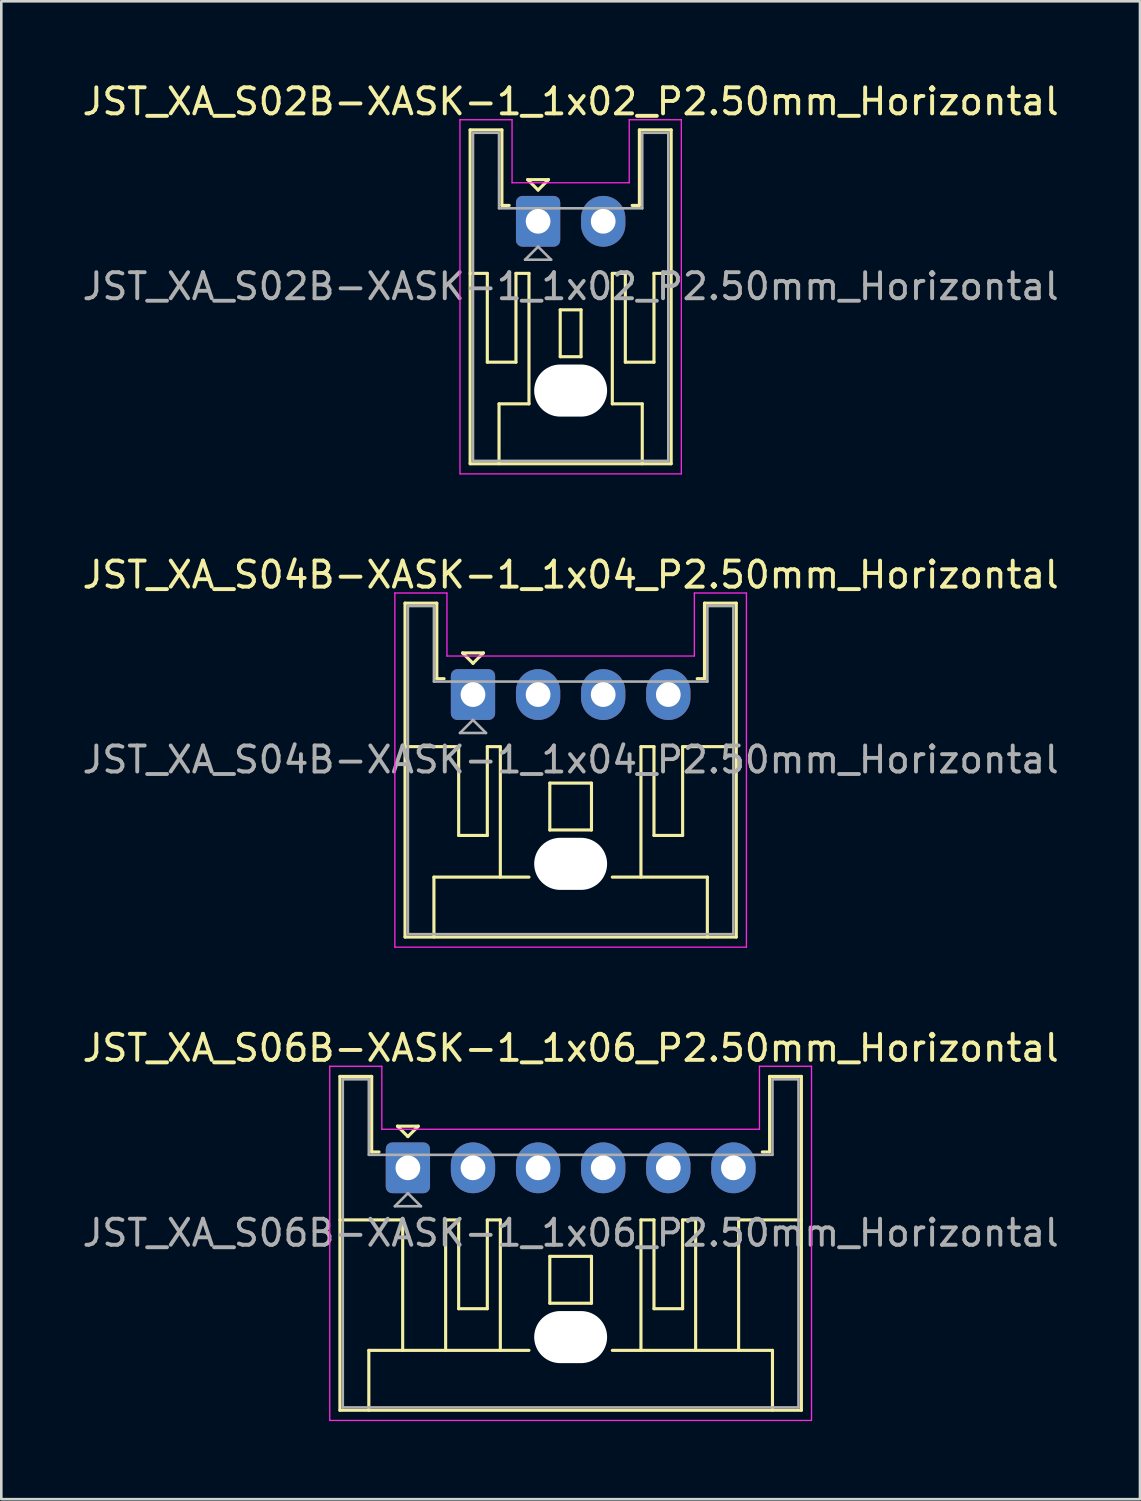
<source format=kicad_pcb>
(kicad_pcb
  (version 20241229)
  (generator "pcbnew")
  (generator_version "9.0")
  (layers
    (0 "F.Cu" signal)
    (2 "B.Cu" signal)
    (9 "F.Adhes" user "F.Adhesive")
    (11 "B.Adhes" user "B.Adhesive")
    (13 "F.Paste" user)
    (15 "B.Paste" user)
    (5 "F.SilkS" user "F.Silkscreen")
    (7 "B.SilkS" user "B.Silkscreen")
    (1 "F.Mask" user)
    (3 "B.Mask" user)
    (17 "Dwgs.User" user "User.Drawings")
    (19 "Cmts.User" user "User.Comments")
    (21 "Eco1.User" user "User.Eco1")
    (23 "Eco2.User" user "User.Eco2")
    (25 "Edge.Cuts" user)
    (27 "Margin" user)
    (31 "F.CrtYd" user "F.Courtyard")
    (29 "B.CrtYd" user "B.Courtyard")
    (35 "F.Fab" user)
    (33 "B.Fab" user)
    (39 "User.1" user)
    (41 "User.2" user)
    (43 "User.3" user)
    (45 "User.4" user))
  (footprint "JST_XA_S04B-XASK-1_1x04_P2.50mm_Horizontal"
    (layer "F.Cu")
    (at 15.113 23.622)
    (property "Reference" "JST_XA_S04B-XASK-1_1x04_P2.50mm_Horizontal" (at 3.75 -4.6 0) (layer "F.SilkS") (effects (font (size 1 1) (thickness 0.15))))
    (attr through_hole)
    (fp_line (start -2.61 -3.51) (end -2.61 9.31) (stroke (width 0.12) (type solid)) (layer "F.SilkS"))
    (fp_line (start -2.61 9.31) (end 10.11 9.31) (stroke (width 0.12) (type solid)) (layer "F.SilkS"))
    (fp_line (start -1.5 7.01) (end 2.15 7.01) (stroke (width 0.12) (type solid)) (layer "F.SilkS"))
    (fp_line (start -1.5 9.31) (end -1.5 7.01) (stroke (width 0.12) (type solid)) (layer "F.SilkS"))
    (fp_line (start -1.39 -3.51) (end -2.61 -3.51) (stroke (width 0.12) (type solid)) (layer "F.SilkS"))
    (fp_line (start -1.39 -0.61) (end -1.39 -3.51) (stroke (width 0.12) (type solid)) (layer "F.SilkS"))
    (fp_line (start -1.11 -0.61) (end -1.39 -0.61) (stroke (width 0.12) (type solid)) (layer "F.SilkS"))
    (fp_line (start -0.55 2) (end -2.61 2) (stroke (width 0.12) (type solid)) (layer "F.SilkS"))
    (fp_line (start -0.55 5.41) (end -0.55 2) (stroke (width 0.12) (type solid)) (layer "F.SilkS"))
    (fp_line (start -0.4 -1.6) (end 0.4 -1.6) (stroke (width 0.12) (type solid)) (layer "F.SilkS"))
    (fp_line (start 0 -1.2) (end -0.4 -1.6) (stroke (width 0.12) (type solid)) (layer "F.SilkS"))
    (fp_line (start 0.4 -1.6) (end 0 -1.2) (stroke (width 0.12) (type solid)) (layer "F.SilkS"))
    (fp_line (start 0.55 2) (end 0.55 5.41) (stroke (width 0.12) (type solid)) (layer "F.SilkS"))
    (fp_line (start 0.55 5.41) (end -0.55 5.41) (stroke (width 0.12) (type solid)) (layer "F.SilkS"))
    (fp_line (start 1.05 2) (end 0.55 2) (stroke (width 0.12) (type solid)) (layer "F.SilkS"))
    (fp_line (start 1.05 7.01) (end 1.05 2) (stroke (width 0.12) (type solid)) (layer "F.SilkS"))
    (fp_line (start 2.95 3.4) (end 4.55 3.4) (stroke (width 0.12) (type solid)) (layer "F.SilkS"))
    (fp_line (start 2.95 5.2) (end 2.95 3.4) (stroke (width 0.12) (type solid)) (layer "F.SilkS"))
    (fp_line (start 4.55 3.4) (end 4.55 5.2) (stroke (width 0.12) (type solid)) (layer "F.SilkS"))
    (fp_line (start 4.55 5.2) (end 2.95 5.2) (stroke (width 0.12) (type solid)) (layer "F.SilkS"))
    (fp_line (start 5.35 7.01) (end 9 7.01) (stroke (width 0.12) (type solid)) (layer "F.SilkS"))
    (fp_line (start 6.45 2) (end 6.95 2) (stroke (width 0.12) (type solid)) (layer "F.SilkS"))
    (fp_line (start 6.45 7.01) (end 6.45 2) (stroke (width 0.12) (type solid)) (layer "F.SilkS"))
    (fp_line (start 6.95 2) (end 6.95 5.41) (stroke (width 0.12) (type solid)) (layer "F.SilkS"))
    (fp_line (start 6.95 5.41) (end 8.05 5.41) (stroke (width 0.12) (type solid)) (layer "F.SilkS"))
    (fp_line (start 8.05 2) (end 10.11 2) (stroke (width 0.12) (type solid)) (layer "F.SilkS"))
    (fp_line (start 8.05 5.41) (end 8.05 2) (stroke (width 0.12) (type solid)) (layer "F.SilkS"))
    (fp_line (start 8.89 -3.51) (end 8.89 -0.61) (stroke (width 0.12) (type solid)) (layer "F.SilkS"))
    (fp_line (start 8.89 -0.61) (end 8.61 -0.61) (stroke (width 0.12) (type solid)) (layer "F.SilkS"))
    (fp_line (start 9 7.01) (end 9 9.31) (stroke (width 0.12) (type solid)) (layer "F.SilkS"))
    (fp_line (start 10.11 -3.51) (end 8.89 -3.51) (stroke (width 0.12) (type solid)) (layer "F.SilkS"))
    (fp_line (start 10.11 9.31) (end 10.11 -3.51) (stroke (width 0.12) (type solid)) (layer "F.SilkS"))
    (fp_line (start -3 -3.9) (end -1 -3.9) (stroke (width 0.05) (type solid)) (layer "F.CrtYd"))
    (fp_line (start -3 9.7) (end -3 -3.9) (stroke (width 0.05) (type solid)) (layer "F.CrtYd"))
    (fp_line (start -1 -3.9) (end -1 -1.48) (stroke (width 0.05) (type solid)) (layer "F.CrtYd"))
    (fp_line (start -1 -1.48) (end 8.5 -1.48) (stroke (width 0.05) (type solid)) (layer "F.CrtYd"))
    (fp_line (start 8.5 -3.9) (end 10.5 -3.9) (stroke (width 0.05) (type solid)) (layer "F.CrtYd"))
    (fp_line (start 8.5 -1.48) (end 8.5 -3.9) (stroke (width 0.05) (type solid)) (layer "F.CrtYd"))
    (fp_line (start 10.5 -3.9) (end 10.5 9.7) (stroke (width 0.05) (type solid)) (layer "F.CrtYd"))
    (fp_line (start 10.5 9.7) (end -3 9.7) (stroke (width 0.05) (type solid)) (layer "F.CrtYd"))
    (fp_line (start -2.5 -3.4) (end -2.5 9.2) (stroke (width 0.1) (type solid)) (layer "F.Fab"))
    (fp_line (start -2.5 9.2) (end 10 9.2) (stroke (width 0.1) (type solid)) (layer "F.Fab"))
    (fp_line (start -1.5 -3.4) (end -2.5 -3.4) (stroke (width 0.1) (type solid)) (layer "F.Fab"))
    (fp_line (start -1.5 -0.5) (end -1.5 -3.4) (stroke (width 0.1) (type solid)) (layer "F.Fab"))
    (fp_line (start -0.5 1.475) (end 0.5 1.475) (stroke (width 0.1) (type solid)) (layer "F.Fab"))
    (fp_line (start 0 0.975) (end -0.5 1.475) (stroke (width 0.1) (type solid)) (layer "F.Fab"))
    (fp_line (start 0.5 1.475) (end 0 0.975) (stroke (width 0.1) (type solid)) (layer "F.Fab"))
    (fp_line (start 9 -3.4) (end 9 -0.5) (stroke (width 0.1) (type solid)) (layer "F.Fab"))
    (fp_line (start 9 -0.5) (end -1.5 -0.5) (stroke (width 0.1) (type solid)) (layer "F.Fab"))
    (fp_line (start 10 -3.4) (end 9 -3.4) (stroke (width 0.1) (type solid)) (layer "F.Fab"))
    (fp_line (start 10 9.2) (end 10 -3.4) (stroke (width 0.1) (type solid)) (layer "F.Fab"))
    (fp_text user "${REFERENCE}" (at 3.75 2.5 0) (layer "F.Fab") (effects (font (size 1 1) (thickness 0.15))))
    (pad "" np_thru_hole oval (at 3.75 6.5) (size 2.8 2) (drill oval 2.8 2) (layers "*.Cu" "*.Mask"))
    (pad "1" thru_hole roundrect (at 0 0) (size 1.7 1.95) (drill 0.95) (layers "*.Cu" "*.Mask") (roundrect_rratio 0.147))
    (pad "2" thru_hole oval (at 2.5 0) (size 1.7 1.95) (drill 0.95) (layers "*.Cu" "*.Mask"))
    (pad "3" thru_hole oval (at 5 0) (size 1.7 1.95) (drill 0.95) (layers "*.Cu" "*.Mask"))
    (pad "4" thru_hole oval (at 7.5 0) (size 1.7 1.95) (drill 0.95) (layers "*.Cu" "*.Mask")))
  (footprint "JST_XA_S02B-XASK-1_1x02_P2.50mm_Horizontal"
    (layer "F.Cu")
    (at 17.613 5.448)
    (property "Reference" "JST_XA_S02B-XASK-1_1x02_P2.50mm_Horizontal" (at 1.25 -4.6 0) (layer "F.SilkS") (effects (font (size 1 1) (thickness 0.15))))
    (attr through_hole)
    (fp_line (start -2.61 -3.51) (end -2.61 9.31) (stroke (width 0.12) (type solid)) (layer "F.SilkS"))
    (fp_line (start -2.61 9.31) (end 5.11 9.31) (stroke (width 0.12) (type solid)) (layer "F.SilkS"))
    (fp_line (start -1.95 2) (end -2.61 2) (stroke (width 0.12) (type solid)) (layer "F.SilkS"))
    (fp_line (start -1.95 5.41) (end -1.95 2) (stroke (width 0.12) (type solid)) (layer "F.SilkS"))
    (fp_line (start -1.5 7.01) (end -0.35 7.01) (stroke (width 0.12) (type solid)) (layer "F.SilkS"))
    (fp_line (start -1.5 9.31) (end -1.5 7.01) (stroke (width 0.12) (type solid)) (layer "F.SilkS"))
    (fp_line (start -1.39 -3.51) (end -2.61 -3.51) (stroke (width 0.12) (type solid)) (layer "F.SilkS"))
    (fp_line (start -1.39 -0.61) (end -1.39 -3.51) (stroke (width 0.12) (type solid)) (layer "F.SilkS"))
    (fp_line (start -1.11 -0.61) (end -1.39 -0.61) (stroke (width 0.12) (type solid)) (layer "F.SilkS"))
    (fp_line (start -0.85 2) (end -0.85 5.41) (stroke (width 0.12) (type solid)) (layer "F.SilkS"))
    (fp_line (start -0.85 5.41) (end -1.95 5.41) (stroke (width 0.12) (type solid)) (layer "F.SilkS"))
    (fp_line (start -0.4 -1.6) (end 0.4 -1.6) (stroke (width 0.12) (type solid)) (layer "F.SilkS"))
    (fp_line (start -0.35 2) (end -0.85 2) (stroke (width 0.12) (type solid)) (layer "F.SilkS"))
    (fp_line (start -0.35 7.01) (end -0.35 2) (stroke (width 0.12) (type solid)) (layer "F.SilkS"))
    (fp_line (start 0 -1.2) (end -0.4 -1.6) (stroke (width 0.12) (type solid)) (layer "F.SilkS"))
    (fp_line (start 0.4 -1.6) (end 0 -1.2) (stroke (width 0.12) (type solid)) (layer "F.SilkS"))
    (fp_line (start 0.85 3.4) (end 1.65 3.4) (stroke (width 0.12) (type solid)) (layer "F.SilkS"))
    (fp_line (start 0.85 5.2) (end 0.85 3.4) (stroke (width 0.12) (type solid)) (layer "F.SilkS"))
    (fp_line (start 1.65 3.4) (end 1.65 5.2) (stroke (width 0.12) (type solid)) (layer "F.SilkS"))
    (fp_line (start 1.65 5.2) (end 0.85 5.2) (stroke (width 0.12) (type solid)) (layer "F.SilkS"))
    (fp_line (start 2.85 2) (end 3.35 2) (stroke (width 0.12) (type solid)) (layer "F.SilkS"))
    (fp_line (start 2.85 7.01) (end 2.85 2) (stroke (width 0.12) (type solid)) (layer "F.SilkS"))
    (fp_line (start 2.85 7.01) (end 4 7.01) (stroke (width 0.12) (type solid)) (layer "F.SilkS"))
    (fp_line (start 3.35 2) (end 3.35 5.41) (stroke (width 0.12) (type solid)) (layer "F.SilkS"))
    (fp_line (start 3.35 5.41) (end 4.45 5.41) (stroke (width 0.12) (type solid)) (layer "F.SilkS"))
    (fp_line (start 3.89 -3.51) (end 3.89 -0.61) (stroke (width 0.12) (type solid)) (layer "F.SilkS"))
    (fp_line (start 3.89 -0.61) (end 3.61 -0.61) (stroke (width 0.12) (type solid)) (layer "F.SilkS"))
    (fp_line (start 4 7.01) (end 4 9.31) (stroke (width 0.12) (type solid)) (layer "F.SilkS"))
    (fp_line (start 4.45 2) (end 5.11 2) (stroke (width 0.12) (type solid)) (layer "F.SilkS"))
    (fp_line (start 4.45 5.41) (end 4.45 2) (stroke (width 0.12) (type solid)) (layer "F.SilkS"))
    (fp_line (start 5.11 -3.51) (end 3.89 -3.51) (stroke (width 0.12) (type solid)) (layer "F.SilkS"))
    (fp_line (start 5.11 9.31) (end 5.11 -3.51) (stroke (width 0.12) (type solid)) (layer "F.SilkS"))
    (fp_line (start -3 -3.9) (end -1 -3.9) (stroke (width 0.05) (type solid)) (layer "F.CrtYd"))
    (fp_line (start -3 9.7) (end -3 -3.9) (stroke (width 0.05) (type solid)) (layer "F.CrtYd"))
    (fp_line (start -1 -3.9) (end -1 -1.48) (stroke (width 0.05) (type solid)) (layer "F.CrtYd"))
    (fp_line (start -1 -1.48) (end 3.5 -1.48) (stroke (width 0.05) (type solid)) (layer "F.CrtYd"))
    (fp_line (start 3.5 -3.9) (end 5.5 -3.9) (stroke (width 0.05) (type solid)) (layer "F.CrtYd"))
    (fp_line (start 3.5 -1.48) (end 3.5 -3.9) (stroke (width 0.05) (type solid)) (layer "F.CrtYd"))
    (fp_line (start 5.5 -3.9) (end 5.5 9.7) (stroke (width 0.05) (type solid)) (layer "F.CrtYd"))
    (fp_line (start 5.5 9.7) (end -3 9.7) (stroke (width 0.05) (type solid)) (layer "F.CrtYd"))
    (fp_line (start -2.5 -3.4) (end -2.5 9.2) (stroke (width 0.1) (type solid)) (layer "F.Fab"))
    (fp_line (start -2.5 9.2) (end 5 9.2) (stroke (width 0.1) (type solid)) (layer "F.Fab"))
    (fp_line (start -1.5 -3.4) (end -2.5 -3.4) (stroke (width 0.1) (type solid)) (layer "F.Fab"))
    (fp_line (start -1.5 -0.5) (end -1.5 -3.4) (stroke (width 0.1) (type solid)) (layer "F.Fab"))
    (fp_line (start -0.5 1.475) (end 0.5 1.475) (stroke (width 0.1) (type solid)) (layer "F.Fab"))
    (fp_line (start 0 0.975) (end -0.5 1.475) (stroke (width 0.1) (type solid)) (layer "F.Fab"))
    (fp_line (start 0.5 1.475) (end 0 0.975) (stroke (width 0.1) (type solid)) (layer "F.Fab"))
    (fp_line (start 4 -3.4) (end 4 -0.5) (stroke (width 0.1) (type solid)) (layer "F.Fab"))
    (fp_line (start 4 -0.5) (end -1.5 -0.5) (stroke (width 0.1) (type solid)) (layer "F.Fab"))
    (fp_line (start 5 -3.4) (end 4 -3.4) (stroke (width 0.1) (type solid)) (layer "F.Fab"))
    (fp_line (start 5 9.2) (end 5 -3.4) (stroke (width 0.1) (type solid)) (layer "F.Fab"))
    (fp_text user "${REFERENCE}" (at 1.25 2.5 0) (layer "F.Fab") (effects (font (size 1 1) (thickness 0.15))))
    (pad "" np_thru_hole oval (at 1.25 6.5) (size 2.8 2) (drill oval 2.8 2) (layers "*.Cu" "*.Mask"))
    (pad "1" thru_hole roundrect (at 0 0) (size 1.7 1.95) (drill 0.95) (layers "*.Cu" "*.Mask") (roundrect_rratio 0.147))
    (pad "2" thru_hole oval (at 2.5 0) (size 1.7 1.95) (drill 0.95) (layers "*.Cu" "*.Mask")))
  (footprint "JST_XA_S06B-XASK-1_1x06_P2.50mm_Horizontal"
    (layer "F.Cu")
    (at 12.613 41.795)
    (property "Reference" "JST_XA_S06B-XASK-1_1x06_P2.50mm_Horizontal" (at 6.25 -4.6 0) (layer "F.SilkS") (effects (font (size 1 1) (thickness 0.15))))
    (attr through_hole)
    (fp_line (start -2.61 -3.51) (end -2.61 9.31) (stroke (width 0.12) (type solid)) (layer "F.SilkS"))
    (fp_line (start -2.61 9.31) (end 15.11 9.31) (stroke (width 0.12) (type solid)) (layer "F.SilkS"))
    (fp_line (start -1.5 7.01) (end 4.65 7.01) (stroke (width 0.12) (type solid)) (layer "F.SilkS"))
    (fp_line (start -1.5 9.31) (end -1.5 7.01) (stroke (width 0.12) (type solid)) (layer "F.SilkS"))
    (fp_line (start -1.39 -3.51) (end -2.61 -3.51) (stroke (width 0.12) (type solid)) (layer "F.SilkS"))
    (fp_line (start -1.39 -0.61) (end -1.39 -3.51) (stroke (width 0.12) (type solid)) (layer "F.SilkS"))
    (fp_line (start -1.11 -0.61) (end -1.39 -0.61) (stroke (width 0.12) (type solid)) (layer "F.SilkS"))
    (fp_line (start -0.4 -1.6) (end 0.4 -1.6) (stroke (width 0.12) (type solid)) (layer "F.SilkS"))
    (fp_line (start -0.2 2) (end -2.61 2) (stroke (width 0.12) (type solid)) (layer "F.SilkS"))
    (fp_line (start -0.2 7.01) (end -0.2 2) (stroke (width 0.12) (type solid)) (layer "F.SilkS"))
    (fp_line (start 0 -1.2) (end -0.4 -1.6) (stroke (width 0.12) (type solid)) (layer "F.SilkS"))
    (fp_line (start 0.4 -1.6) (end 0 -1.2) (stroke (width 0.12) (type solid)) (layer "F.SilkS"))
    (fp_line (start 1.45 2) (end 1.45 7.01) (stroke (width 0.12) (type solid)) (layer "F.SilkS"))
    (fp_line (start 1.95 2) (end 1.45 2) (stroke (width 0.12) (type solid)) (layer "F.SilkS"))
    (fp_line (start 1.95 5.41) (end 1.95 2) (stroke (width 0.12) (type solid)) (layer "F.SilkS"))
    (fp_line (start 3.05 2) (end 3.05 5.41) (stroke (width 0.12) (type solid)) (layer "F.SilkS"))
    (fp_line (start 3.05 5.41) (end 1.95 5.41) (stroke (width 0.12) (type solid)) (layer "F.SilkS"))
    (fp_line (start 3.55 2) (end 3.05 2) (stroke (width 0.12) (type solid)) (layer "F.SilkS"))
    (fp_line (start 3.55 7.01) (end 3.55 2) (stroke (width 0.12) (type solid)) (layer "F.SilkS"))
    (fp_line (start 5.45 3.4) (end 7.05 3.4) (stroke (width 0.12) (type solid)) (layer "F.SilkS"))
    (fp_line (start 5.45 5.2) (end 5.45 3.4) (stroke (width 0.12) (type solid)) (layer "F.SilkS"))
    (fp_line (start 7.05 3.4) (end 7.05 5.2) (stroke (width 0.12) (type solid)) (layer "F.SilkS"))
    (fp_line (start 7.05 5.2) (end 5.45 5.2) (stroke (width 0.12) (type solid)) (layer "F.SilkS"))
    (fp_line (start 7.85 7.01) (end 14 7.01) (stroke (width 0.12) (type solid)) (layer "F.SilkS"))
    (fp_line (start 8.95 2) (end 9.45 2) (stroke (width 0.12) (type solid)) (layer "F.SilkS"))
    (fp_line (start 8.95 7.01) (end 8.95 2) (stroke (width 0.12) (type solid)) (layer "F.SilkS"))
    (fp_line (start 9.45 2) (end 9.45 5.41) (stroke (width 0.12) (type solid)) (layer "F.SilkS"))
    (fp_line (start 9.45 5.41) (end 10.55 5.41) (stroke (width 0.12) (type solid)) (layer "F.SilkS"))
    (fp_line (start 10.55 2) (end 11.05 2) (stroke (width 0.12) (type solid)) (layer "F.SilkS"))
    (fp_line (start 10.55 5.41) (end 10.55 2) (stroke (width 0.12) (type solid)) (layer "F.SilkS"))
    (fp_line (start 11.05 2) (end 11.05 7.01) (stroke (width 0.12) (type solid)) (layer "F.SilkS"))
    (fp_line (start 12.7 2) (end 15.11 2) (stroke (width 0.12) (type solid)) (layer "F.SilkS"))
    (fp_line (start 12.7 7.01) (end 12.7 2) (stroke (width 0.12) (type solid)) (layer "F.SilkS"))
    (fp_line (start 13.89 -3.51) (end 13.89 -0.61) (stroke (width 0.12) (type solid)) (layer "F.SilkS"))
    (fp_line (start 13.89 -0.61) (end 13.61 -0.61) (stroke (width 0.12) (type solid)) (layer "F.SilkS"))
    (fp_line (start 14 7.01) (end 14 9.31) (stroke (width 0.12) (type solid)) (layer "F.SilkS"))
    (fp_line (start 15.11 -3.51) (end 13.89 -3.51) (stroke (width 0.12) (type solid)) (layer "F.SilkS"))
    (fp_line (start 15.11 9.31) (end 15.11 -3.51) (stroke (width 0.12) (type solid)) (layer "F.SilkS"))
    (fp_line (start -3 -3.9) (end -1 -3.9) (stroke (width 0.05) (type solid)) (layer "F.CrtYd"))
    (fp_line (start -3 9.7) (end -3 -3.9) (stroke (width 0.05) (type solid)) (layer "F.CrtYd"))
    (fp_line (start -1 -3.9) (end -1 -1.48) (stroke (width 0.05) (type solid)) (layer "F.CrtYd"))
    (fp_line (start -1 -1.48) (end 13.5 -1.48) (stroke (width 0.05) (type solid)) (layer "F.CrtYd"))
    (fp_line (start 13.5 -3.9) (end 15.5 -3.9) (stroke (width 0.05) (type solid)) (layer "F.CrtYd"))
    (fp_line (start 13.5 -1.48) (end 13.5 -3.9) (stroke (width 0.05) (type solid)) (layer "F.CrtYd"))
    (fp_line (start 15.5 -3.9) (end 15.5 9.7) (stroke (width 0.05) (type solid)) (layer "F.CrtYd"))
    (fp_line (start 15.5 9.7) (end -3 9.7) (stroke (width 0.05) (type solid)) (layer "F.CrtYd"))
    (fp_line (start -2.5 -3.4) (end -2.5 9.2) (stroke (width 0.1) (type solid)) (layer "F.Fab"))
    (fp_line (start -2.5 9.2) (end 15 9.2) (stroke (width 0.1) (type solid)) (layer "F.Fab"))
    (fp_line (start -1.5 -3.4) (end -2.5 -3.4) (stroke (width 0.1) (type solid)) (layer "F.Fab"))
    (fp_line (start -1.5 -0.5) (end -1.5 -3.4) (stroke (width 0.1) (type solid)) (layer "F.Fab"))
    (fp_line (start -0.5 1.475) (end 0.5 1.475) (stroke (width 0.1) (type solid)) (layer "F.Fab"))
    (fp_line (start 0 0.975) (end -0.5 1.475) (stroke (width 0.1) (type solid)) (layer "F.Fab"))
    (fp_line (start 0.5 1.475) (end 0 0.975) (stroke (width 0.1) (type solid)) (layer "F.Fab"))
    (fp_line (start 14 -3.4) (end 14 -0.5) (stroke (width 0.1) (type solid)) (layer "F.Fab"))
    (fp_line (start 14 -0.5) (end -1.5 -0.5) (stroke (width 0.1) (type solid)) (layer "F.Fab"))
    (fp_line (start 15 -3.4) (end 14 -3.4) (stroke (width 0.1) (type solid)) (layer "F.Fab"))
    (fp_line (start 15 9.2) (end 15 -3.4) (stroke (width 0.1) (type solid)) (layer "F.Fab"))
    (fp_text user "${REFERENCE}" (at 6.25 2.5 0) (layer "F.Fab") (effects (font (size 1 1) (thickness 0.15))))
    (pad "" np_thru_hole oval (at 6.25 6.5) (size 2.8 2) (drill oval 2.8 2) (layers "*.Cu" "*.Mask"))
    (pad "1" thru_hole roundrect (at 0 0) (size 1.7 1.95) (drill 0.95) (layers "*.Cu" "*.Mask") (roundrect_rratio 0.147))
    (pad "2" thru_hole oval (at 2.5 0) (size 1.7 1.95) (drill 0.95) (layers "*.Cu" "*.Mask"))
    (pad "3" thru_hole oval (at 5 0) (size 1.7 1.95) (drill 0.95) (layers "*.Cu" "*.Mask"))
    (pad "4" thru_hole oval (at 7.5 0) (size 1.7 1.95) (drill 0.95) (layers "*.Cu" "*.Mask"))
    (pad "5" thru_hole oval (at 10 0) (size 1.7 1.95) (drill 0.95) (layers "*.Cu" "*.Mask"))
    (pad "6" thru_hole oval (at 12.5 0) (size 1.7 1.95) (drill 0.95) (layers "*.Cu" "*.Mask")))
  (gr_rect
    (start -3 -3)
    (end 40.726 54.52)
    (stroke (width 0.1) (type default))
    (fill no)
    (layer "Edge.Cuts")))
</source>
